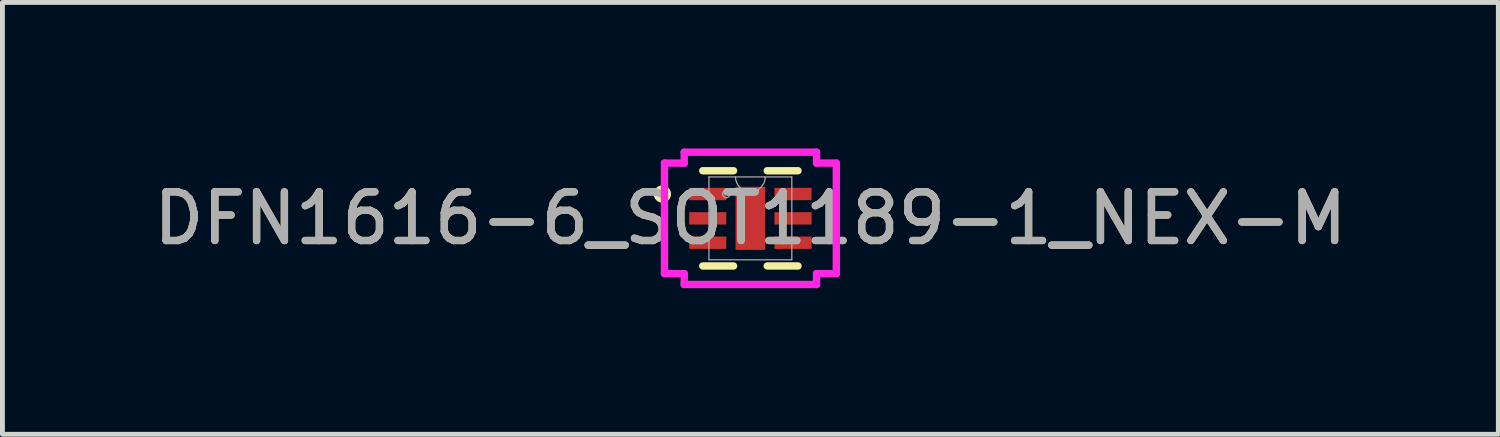
<source format=kicad_pcb>
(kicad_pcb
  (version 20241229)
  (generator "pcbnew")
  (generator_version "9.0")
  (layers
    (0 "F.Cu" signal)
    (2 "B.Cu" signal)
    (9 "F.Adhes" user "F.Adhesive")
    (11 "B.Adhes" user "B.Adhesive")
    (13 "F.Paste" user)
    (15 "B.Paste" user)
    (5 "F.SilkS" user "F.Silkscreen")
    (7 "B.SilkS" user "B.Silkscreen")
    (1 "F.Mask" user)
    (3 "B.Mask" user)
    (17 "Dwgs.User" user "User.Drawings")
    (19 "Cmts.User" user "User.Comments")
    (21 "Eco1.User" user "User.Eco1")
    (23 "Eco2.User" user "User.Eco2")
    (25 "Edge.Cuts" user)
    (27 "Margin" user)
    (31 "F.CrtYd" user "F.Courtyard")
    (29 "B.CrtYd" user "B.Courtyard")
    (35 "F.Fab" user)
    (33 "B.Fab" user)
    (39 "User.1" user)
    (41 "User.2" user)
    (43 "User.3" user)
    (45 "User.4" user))
  (footprint "DFN1616-6_SOT1189-1_NEX-M"
    (layer "F.Cu")
    (at 12.363 1.435)
    (property "Reference" "DFN1616-6_SOT1189-1_NEX-M" (at 0 0 0) (unlocked yes) (layer "F.SilkS") (effects (font (size 1 1) (thickness 0.15))))
    (attr smd)
    (fp_line (start -0.978 0.978) (end -0.346 0.978) (stroke (width 0.152) (type solid)) (layer "F.SilkS"))
    (fp_line (start -0.346 -0.978) (end -0.978 -0.978) (stroke (width 0.152) (type solid)) (layer "F.SilkS"))
    (fp_line (start 0.346 0.978) (end 0.978 0.978) (stroke (width 0.152) (type solid)) (layer "F.SilkS"))
    (fp_line (start 0.978 -0.978) (end 0.346 -0.978) (stroke (width 0.152) (type solid)) (layer "F.SilkS"))
    (fp_circle (center -1.808 -0.5) (end -1.706 -0.5) (stroke (width 0.152) (type solid)) (fill no) (layer "F.SilkS"))
    (fp_line (start -1.765 -1.135) (end -1.359 -1.135) (stroke (width 0.152) (type solid)) (layer "F.CrtYd"))
    (fp_line (start -1.765 1.135) (end -1.765 -1.135) (stroke (width 0.152) (type solid)) (layer "F.CrtYd"))
    (fp_line (start -1.765 1.135) (end -1.359 1.135) (stroke (width 0.152) (type solid)) (layer "F.CrtYd"))
    (fp_line (start -1.359 -1.359) (end 1.359 -1.359) (stroke (width 0.152) (type solid)) (layer "F.CrtYd"))
    (fp_line (start -1.359 -1.135) (end -1.359 -1.359) (stroke (width 0.152) (type solid)) (layer "F.CrtYd"))
    (fp_line (start -1.359 1.359) (end -1.359 1.135) (stroke (width 0.152) (type solid)) (layer "F.CrtYd"))
    (fp_line (start 1.359 -1.359) (end 1.359 -1.135) (stroke (width 0.152) (type solid)) (layer "F.CrtYd"))
    (fp_line (start 1.359 1.135) (end 1.359 1.359) (stroke (width 0.152) (type solid)) (layer "F.CrtYd"))
    (fp_line (start 1.359 1.359) (end -1.359 1.359) (stroke (width 0.152) (type solid)) (layer "F.CrtYd"))
    (fp_line (start 1.765 -1.135) (end 1.359 -1.135) (stroke (width 0.152) (type solid)) (layer "F.CrtYd"))
    (fp_line (start 1.765 -1.135) (end 1.765 1.135) (stroke (width 0.152) (type solid)) (layer "F.CrtYd"))
    (fp_line (start 1.765 1.135) (end 1.359 1.135) (stroke (width 0.152) (type solid)) (layer "F.CrtYd"))
    (fp_line (start -0.851 -0.851) (end -0.851 0.851) (stroke (width 0.025) (type solid)) (layer "F.Fab"))
    (fp_line (start -0.851 0.851) (end 0.851 0.851) (stroke (width 0.025) (type solid)) (layer "F.Fab"))
    (fp_line (start 0.851 -0.851) (end -0.851 -0.851) (stroke (width 0.025) (type solid)) (layer "F.Fab"))
    (fp_line (start 0.851 0.851) (end 0.851 -0.851) (stroke (width 0.025) (type solid)) (layer "F.Fab"))
    (fp_arc (start 0.3048 -0.8509) (mid 0 -0.5461) (end -0.3048 -0.8509) (stroke (width 0.0254) (type solid)) (layer "F.Fab"))
    (fp_circle (center -0.495 -0.5) (end -0.419 -0.5) (stroke (width 0.025) (type solid)) (fill no) (layer "F.Fab"))
    (fp_text user "${REFERENCE}" (at 0 0 0) (unlocked yes) (layer "F.Fab") (effects (font (size 1 1) (thickness 0.15))))
    (pad "1" smd rect (at -0.876 -0.5) (size 0.762 0.254) (layers "F.Cu" "F.Mask" "F.Paste"))
    (pad "2" smd rect (at -0.876 0) (size 0.762 0.254) (layers "F.Cu" "F.Mask" "F.Paste"))
    (pad "3" smd rect (at -0.876 0.5) (size 0.762 0.254) (layers "F.Cu" "F.Mask" "F.Paste"))
    (pad "4" smd rect (at 0.876 0.5) (size 0.762 0.254) (layers "F.Cu" "F.Mask" "F.Paste"))
    (pad "5" smd rect (at 0.876 0) (size 0.762 0.254) (layers "F.Cu" "F.Mask" "F.Paste"))
    (pad "6" smd rect (at 0.876 -0.5) (size 0.762 0.254) (layers "F.Cu" "F.Mask" "F.Paste"))
    (pad "7" smd rect (at 0 0) (size 0.61 1.295) (layers "F.Cu" "F.Mask" "F.Paste")))
  (gr_rect
    (start -3 -3)
    (end 27.726 5.87)
    (stroke (width 0.1) (type default))
    (fill no)
    (layer "Edge.Cuts")))
</source>
